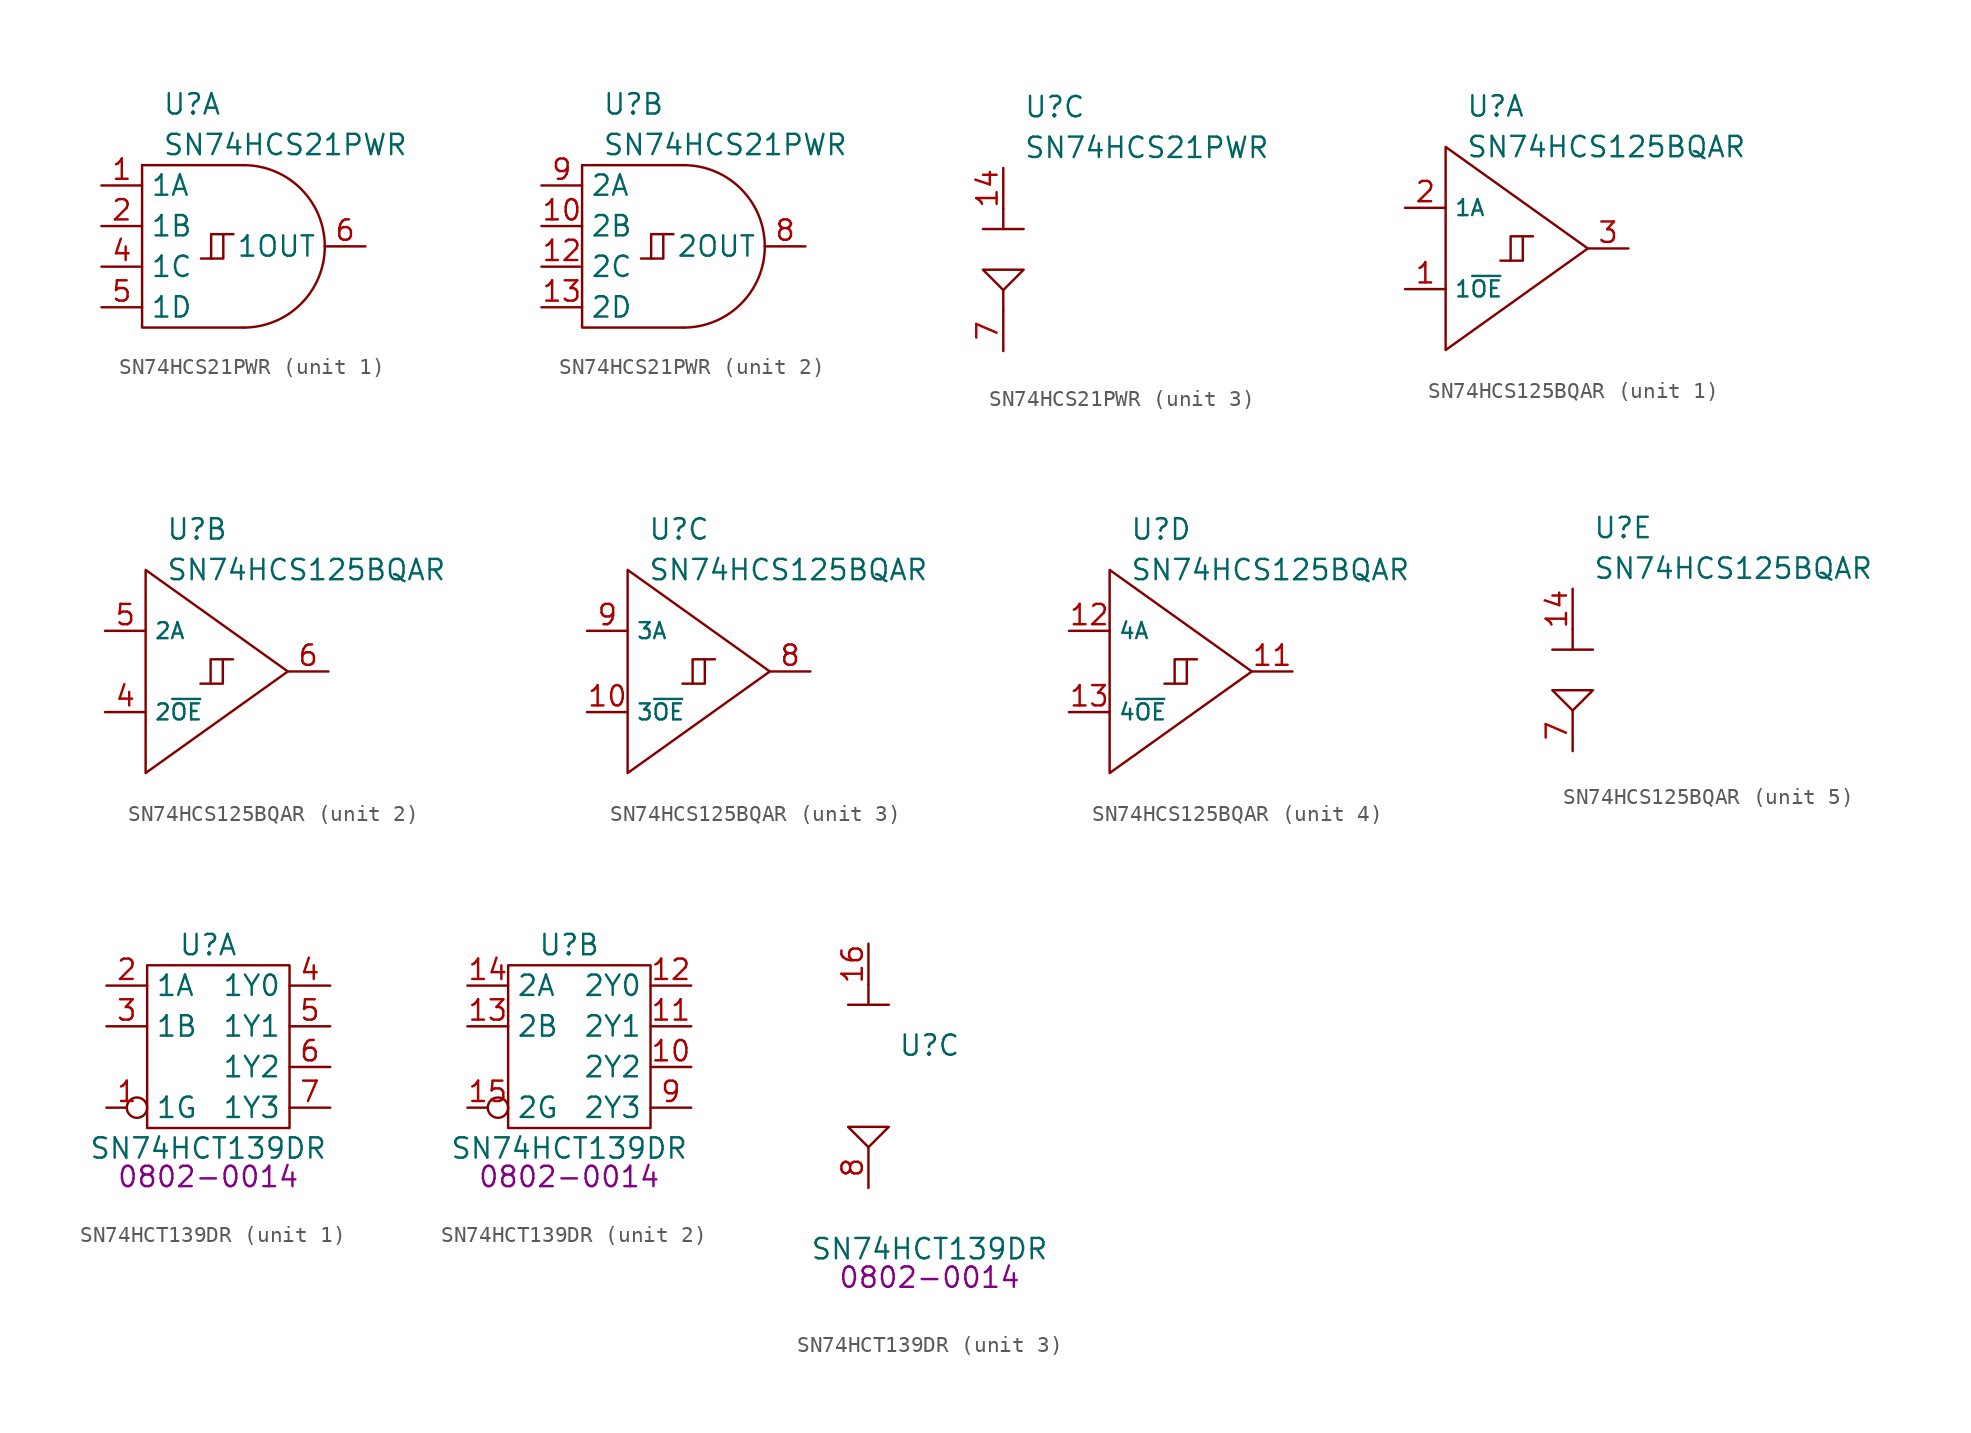
<source format=kicad_sym>
(kicad_symbol_lib
  (version 20220914)
  (generator kicad_symbol_editor)
  (symbol "SN74HCS21PWR"
    (property "Reference" "U"
      (at 1.27 8.89 0)
      (effects (font (size 1.27 1.27)) (justify left)))
    (property "Value" "SN74HCS21PWR"
      (at 1.27 6.35 0)
      (effects (font (size 1.27 1.27)) (justify left)))
    (property "ki_locked" ""
      (at 0 0 0)
      (effects (font (size 1.27 1.27))))
    (symbol "SN74HCS21PWR_1_0"
      (polyline (pts (xy 4.318 -0.762) (xy 4.318 0.762) (xy 5.08 0.762)) (stroke (width 0) (type default)) (fill (type none)))
      (polyline (pts (xy 3.683 -0.762) (xy 5.08 -0.762) (xy 5.08 0.762) (xy 5.715 0.762)) (stroke (width 0) (type default)) (fill (type none)))
      (pin input line (at -2.54 3.81 0) (length 2.54) (name "1A" (effects (font (size 1.27 1.27)))) (number "1" (effects (font (size 1.27 1.27)))))
      (pin input line (at -2.54 1.27 0) (length 2.54) (name "1B" (effects (font (size 1.27 1.27)))) (number "2" (effects (font (size 1.27 1.27)))))
      (pin input line (at -2.54 -1.27 0) (length 2.54) (name "1C" (effects (font (size 1.27 1.27)))) (number "4" (effects (font (size 1.27 1.27)))))
      (pin input line (at -2.54 -3.81 0) (length 2.54) (name "1D" (effects (font (size 1.27 1.27)))) (number "5" (effects (font (size 1.27 1.27)))))
      (pin output line (at 13.97 0 180) (length 2.54) (name "1OUT" (effects (font (size 1.27 1.27)))) (number "6" (effects (font (size 1.27 1.27))))))
    (symbol "SN74HCS21PWR_1_1"
      (polyline (pts (xy 0 5.08) (xy 6.35 5.08)) (stroke (width 0) (type default)) (fill (type none)))
      (polyline (pts (xy 0 5.08) (xy 0 -5.08) (xy 6.35 -5.08)) (stroke (width 0) (type default)) (fill (type none)))
      (arc (start 6.35 -5.08) (mid 9.9421 -3.5921) (end 11.43 0) (stroke (width 0) (type default)) (fill (type none)))
      (arc (start 11.43 0) (mid 9.9421 3.5921) (end 6.35 5.08) (stroke (width 0) (type default)) (fill (type none))))
    (symbol "SN74HCS21PWR_2_0"
      (polyline (pts (xy 4.318 -0.762) (xy 4.318 0.762) (xy 5.08 0.762)) (stroke (width 0) (type default)) (fill (type none)))
      (polyline (pts (xy 3.683 -0.762) (xy 5.08 -0.762) (xy 5.08 0.762) (xy 5.715 0.762)) (stroke (width 0) (type default)) (fill (type none)))
      (pin input line (at -2.54 1.27 0) (length 2.54) (name "2B" (effects (font (size 1.27 1.27)))) (number "10" (effects (font (size 1.27 1.27)))))
      (pin input line (at -2.54 -1.27 0) (length 2.54) (name "2C" (effects (font (size 1.27 1.27)))) (number "12" (effects (font (size 1.27 1.27)))))
      (pin input line (at -2.54 -3.81 0) (length 2.54) (name "2D" (effects (font (size 1.27 1.27)))) (number "13" (effects (font (size 1.27 1.27)))))
      (pin output line (at 13.97 0 180) (length 2.54) (name "2OUT" (effects (font (size 1.27 1.27)))) (number "8" (effects (font (size 1.27 1.27)))))
      (pin input line (at -2.54 3.81 0) (length 2.54) (name "2A" (effects (font (size 1.27 1.27)))) (number "9" (effects (font (size 1.27 1.27))))))
    (symbol "SN74HCS21PWR_2_1"
      (polyline (pts (xy 0 5.08) (xy 6.35 5.08)) (stroke (width 0) (type default)) (fill (type none)))
      (polyline (pts (xy 0 5.08) (xy 0 -5.08) (xy 6.35 -5.08)) (stroke (width 0) (type default)) (fill (type none)))
      (arc (start 6.35 -5.08) (mid 9.9421 -3.5921) (end 11.43 0) (stroke (width 0) (type default)) (fill (type none)))
      (arc (start 11.43 0) (mid 9.9421 3.5921) (end 6.35 5.08) (stroke (width 0) (type default)) (fill (type none))))
    (symbol "SN74HCS21PWR_3_0"
      (pin no_connect line (at 3.175 -5.715 90) (length 2.54) hide (name "NC" (effects (font (size 1.27 1.27)))) (number "11" (effects (font (size 1.27 1.27)))))
      (pin power_in line (at 0 5.08 270) (length 2.54) (name "VCC" (effects (font (size 0 0)))) (number "14" (effects (font (size 1.27 1.27)))))
      (pin no_connect line (at 3.175 -5.715 90) (length 2.54) hide (name "NC" (effects (font (size 1.27 1.27)))) (number "3" (effects (font (size 1.27 1.27)))))
      (pin power_in line (at 0 -6.35 90) (length 2.54) (name "GND" (effects (font (size 0 0)))) (number "7" (effects (font (size 1.27 1.27))))))
    (symbol "SN74HCS21PWR_3_1"
      (polyline (pts (xy -1.27 1.27) (xy 1.27 1.27)) (stroke (width 0) (type default)) (fill (type none)))
      (polyline (pts (xy 0 -2.54) (xy 0 -3.81)) (stroke (width 0) (type default)) (fill (type none)))
      (polyline (pts (xy 0 2.54) (xy 0 1.27)) (stroke (width 0) (type default)) (fill (type none)))
      (polyline (pts (xy 0 -2.54) (xy -1.27 -1.27) (xy 1.27 -1.27) (xy 0 -2.54)) (stroke (width 0) (type default)) (fill (type none)))))
  (symbol "SN74HCS125BQAR"
    (property "Reference" "U"
      (at 1.27 8.89 0)
      (effects (font (size 1.27 1.27)) (justify left)))
    (property "Value" "SN74HCS125BQAR"
      (at 1.27 6.35 0)
      (effects (font (size 1.27 1.27)) (justify left)))
    (property "ki_locked" ""
      (at 0 0 0)
      (effects (font (size 1.27 1.27))))
    (symbol "SN74HCS125BQAR_1_0"
      (polyline (pts (xy 4.064 -0.762) (xy 4.064 0.762) (xy 4.826 0.762)) (stroke (width 0) (type default)) (fill (type none)))
      (polyline (pts (xy 3.429 -0.762) (xy 4.826 -0.762) (xy 4.826 0.762) (xy 5.461 0.762)) (stroke (width 0) (type default)) (fill (type none)))
      (pin input line (at -2.54 -2.54 0) (length 2.54) (name "1~{OE}" (effects (font (size 1 1)))) (number "1" (effects (font (size 1.27 1.27)))))
      (pin input line (at -2.54 2.54 0) (length 2.54) (name "1A" (effects (font (size 1 1)))) (number "2" (effects (font (size 1.27 1.27)))))
      (pin tri_state line (at 11.43 0 180) (length 2.54) (name "1Y" (effects (font (size 0 0)))) (number "3" (effects (font (size 1.27 1.27))))))
    (symbol "SN74HCS125BQAR_1_1"
      (polyline (pts (xy 0 0) (xy 0 6.35) (xy 8.89 0) (xy 0 -6.35) (xy 0 0)) (stroke (width 0) (type default)) (fill (type none))))
    (symbol "SN74HCS125BQAR_2_0"
      (polyline (pts (xy 4.064 -0.762) (xy 4.064 0.762) (xy 4.826 0.762)) (stroke (width 0) (type default)) (fill (type none)))
      (polyline (pts (xy 3.429 -0.762) (xy 4.826 -0.762) (xy 4.826 0.762) (xy 5.461 0.762)) (stroke (width 0) (type default)) (fill (type none)))
      (pin input line (at -2.54 -2.54 0) (length 2.54) (name "2~{OE}" (effects (font (size 1 1)))) (number "4" (effects (font (size 1.27 1.27)))))
      (pin input line (at -2.54 2.54 0) (length 2.54) (name "2A" (effects (font (size 1 1)))) (number "5" (effects (font (size 1.27 1.27)))))
      (pin tri_state line (at 11.43 0 180) (length 2.54) (name "2Y" (effects (font (size 0 0)))) (number "6" (effects (font (size 1.27 1.27))))))
    (symbol "SN74HCS125BQAR_2_1"
      (polyline (pts (xy 0 0) (xy 0 6.35) (xy 8.89 0) (xy 0 -6.35) (xy 0 0)) (stroke (width 0) (type default)) (fill (type none))))
    (symbol "SN74HCS125BQAR_3_0"
      (polyline (pts (xy 4.064 -0.762) (xy 4.064 0.762) (xy 4.826 0.762)) (stroke (width 0) (type default)) (fill (type none)))
      (polyline (pts (xy 3.429 -0.762) (xy 4.826 -0.762) (xy 4.826 0.762) (xy 5.461 0.762)) (stroke (width 0) (type default)) (fill (type none)))
      (pin input line (at -2.54 -2.54 0) (length 2.54) (name "3~{OE}" (effects (font (size 1 1)))) (number "10" (effects (font (size 1.27 1.27)))))
      (pin tri_state line (at 11.43 0 180) (length 2.54) (name "3Y" (effects (font (size 0 0)))) (number "8" (effects (font (size 1.27 1.27)))))
      (pin input line (at -2.54 2.54 0) (length 2.54) (name "3A" (effects (font (size 1 1)))) (number "9" (effects (font (size 1.27 1.27))))))
    (symbol "SN74HCS125BQAR_3_1"
      (polyline (pts (xy 0 0) (xy 0 6.35) (xy 8.89 0) (xy 0 -6.35) (xy 0 0)) (stroke (width 0) (type default)) (fill (type none))))
    (symbol "SN74HCS125BQAR_4_0"
      (polyline (pts (xy 4.064 -0.762) (xy 4.064 0.762) (xy 4.826 0.762)) (stroke (width 0) (type default)) (fill (type none)))
      (polyline (pts (xy 3.429 -0.762) (xy 4.826 -0.762) (xy 4.826 0.762) (xy 5.461 0.762)) (stroke (width 0) (type default)) (fill (type none)))
      (pin tri_state line (at 11.43 0 180) (length 2.54) (name "4Y" (effects (font (size 0 0)))) (number "11" (effects (font (size 1.27 1.27)))))
      (pin input line (at -2.54 2.54 0) (length 2.54) (name "4A" (effects (font (size 1 1)))) (number "12" (effects (font (size 1.27 1.27)))))
      (pin input line (at -2.54 -2.54 0) (length 2.54) (name "4~{OE}" (effects (font (size 1 1)))) (number "13" (effects (font (size 1.27 1.27))))))
    (symbol "SN74HCS125BQAR_4_1"
      (polyline (pts (xy 0 0) (xy 0 6.35) (xy 8.89 0) (xy 0 -6.35) (xy 0 0)) (stroke (width 0) (type default)) (fill (type none))))
    (symbol "SN74HCS125BQAR_5_0"
      (polyline (pts (xy -1.27 -1.27) (xy 1.27 -1.27) (xy 0 -2.54) (xy -1.27 -1.27)) (stroke (width 0) (type default)) (fill (type none)))
      (pin power_in line (at 0 5.08 270) (length 2.54) (name "VCC" (effects (font (size 0 0)))) (number "14" (effects (font (size 1.27 1.27)))))
      (pin power_in line (at 0 -5.08 90) (length 2.54) hide (name "GND" (effects (font (size 0 0)))) (number "15" (effects (font (size 1.27 1.27)))))
      (pin power_in line (at 0 -5.08 90) (length 2.54) (name "GND" (effects (font (size 0 0)))) (number "7" (effects (font (size 1.27 1.27))))))
    (symbol "SN74HCS125BQAR_5_1"
      (polyline (pts (xy 0 1.27) (xy 1.27 1.27)) (stroke (width 0) (type default)) (fill (type none)))
      (polyline (pts (xy 0 2.54) (xy 0 1.27) (xy -1.27 1.27)) (stroke (width 0) (type default)) (fill (type none)))))
  (symbol "SN74HCT139DR"
    (property "Reference" "U"
      (at 3.81 1.27 0)
      (effects (font (size 1.27 1.27))))
    (property "Value" "SN74HCT139DR"
      (at 3.81 -11.43 0)
      (effects (font (size 1.27 1.27))))
    (property "PartNumber" "0802-0014"
      (at 3.81 -13.208 0)
      (effects (font (size 1.27 1.27))))
    (property "ki_locked" ""
      (at 0 0 0)
      (effects (font (size 1.27 1.27))))
    (symbol "SN74HCT139DR_1_0"
      (rectangle (start 0 0) (end 8.89 -10.16) (stroke (width 0) (type default)) (fill (type none)))
      (pin input inverted (at -2.54 -8.89 0) (length 2.54) (name "1G" (effects (font (size 1.27 1.27)))) (number "1" (effects (font (size 1.27 1.27)))))
      (pin input line (at -2.54 -1.27 0) (length 2.54) (name "1A" (effects (font (size 1.27 1.27)))) (number "2" (effects (font (size 1.27 1.27)))))
      (pin input line (at -2.54 -3.81 0) (length 2.54) (name "1B" (effects (font (size 1.27 1.27)))) (number "3" (effects (font (size 1.27 1.27)))))
      (pin output line (at 11.43 -1.27 180) (length 2.54) (name "1Y0" (effects (font (size 1.27 1.27)))) (number "4" (effects (font (size 1.27 1.27)))))
      (pin output line (at 11.43 -3.81 180) (length 2.54) (name "1Y1" (effects (font (size 1.27 1.27)))) (number "5" (effects (font (size 1.27 1.27)))))
      (pin output line (at 11.43 -6.35 180) (length 2.54) (name "1Y2" (effects (font (size 1.27 1.27)))) (number "6" (effects (font (size 1.27 1.27)))))
      (pin output line (at 11.43 -8.89 180) (length 2.54) (name "1Y3" (effects (font (size 1.27 1.27)))) (number "7" (effects (font (size 1.27 1.27))))))
    (symbol "SN74HCT139DR_2_0"
      (rectangle (start 0 0) (end 8.89 -10.16) (stroke (width 0) (type default)) (fill (type none)))
      (pin output line (at 11.43 -6.35 180) (length 2.54) (name "2Y2" (effects (font (size 1.27 1.27)))) (number "10" (effects (font (size 1.27 1.27)))))
      (pin output line (at 11.43 -3.81 180) (length 2.54) (name "2Y1" (effects (font (size 1.27 1.27)))) (number "11" (effects (font (size 1.27 1.27)))))
      (pin output line (at 11.43 -1.27 180) (length 2.54) (name "2Y0" (effects (font (size 1.27 1.27)))) (number "12" (effects (font (size 1.27 1.27)))))
      (pin input line (at -2.54 -3.81 0) (length 2.54) (name "2B" (effects (font (size 1.27 1.27)))) (number "13" (effects (font (size 1.27 1.27)))))
      (pin input line (at -2.54 -1.27 0) (length 2.54) (name "2A" (effects (font (size 1.27 1.27)))) (number "14" (effects (font (size 1.27 1.27)))))
      (pin input inverted (at -2.54 -8.89 0) (length 2.54) (name "2G" (effects (font (size 1.27 1.27)))) (number "15" (effects (font (size 1.27 1.27)))))
      (pin output line (at 11.43 -8.89 180) (length 2.54) (name "2Y3" (effects (font (size 1.27 1.27)))) (number "9" (effects (font (size 1.27 1.27))))))
    (symbol "SN74HCT139DR_3_0"
      (polyline (pts (xy -1.27 3.81) (xy 1.27 3.81)) (stroke (width 0) (type default)) (fill (type none)))
      (polyline (pts (xy 0 5.08) (xy 0 3.81)) (stroke (width 0) (type default)) (fill (type none)))
      (polyline (pts (xy -1.27 -3.81) (xy 1.27 -3.81) (xy 0 -5.08) (xy -1.27 -3.81)) (stroke (width 0) (type default)) (fill (type none)))
      (pin power_in line (at 0 7.62 270) (length 2.54) (name "~" (effects (font (size 1.27 1.27)))) (number "16" (effects (font (size 1.27 1.27)))))
      (pin power_in line (at 0 -7.62 90) (length 2.54) (name "~" (effects (font (size 1.27 1.27)))) (number "8" (effects (font (size 1.27 1.27))))))))
</source>
